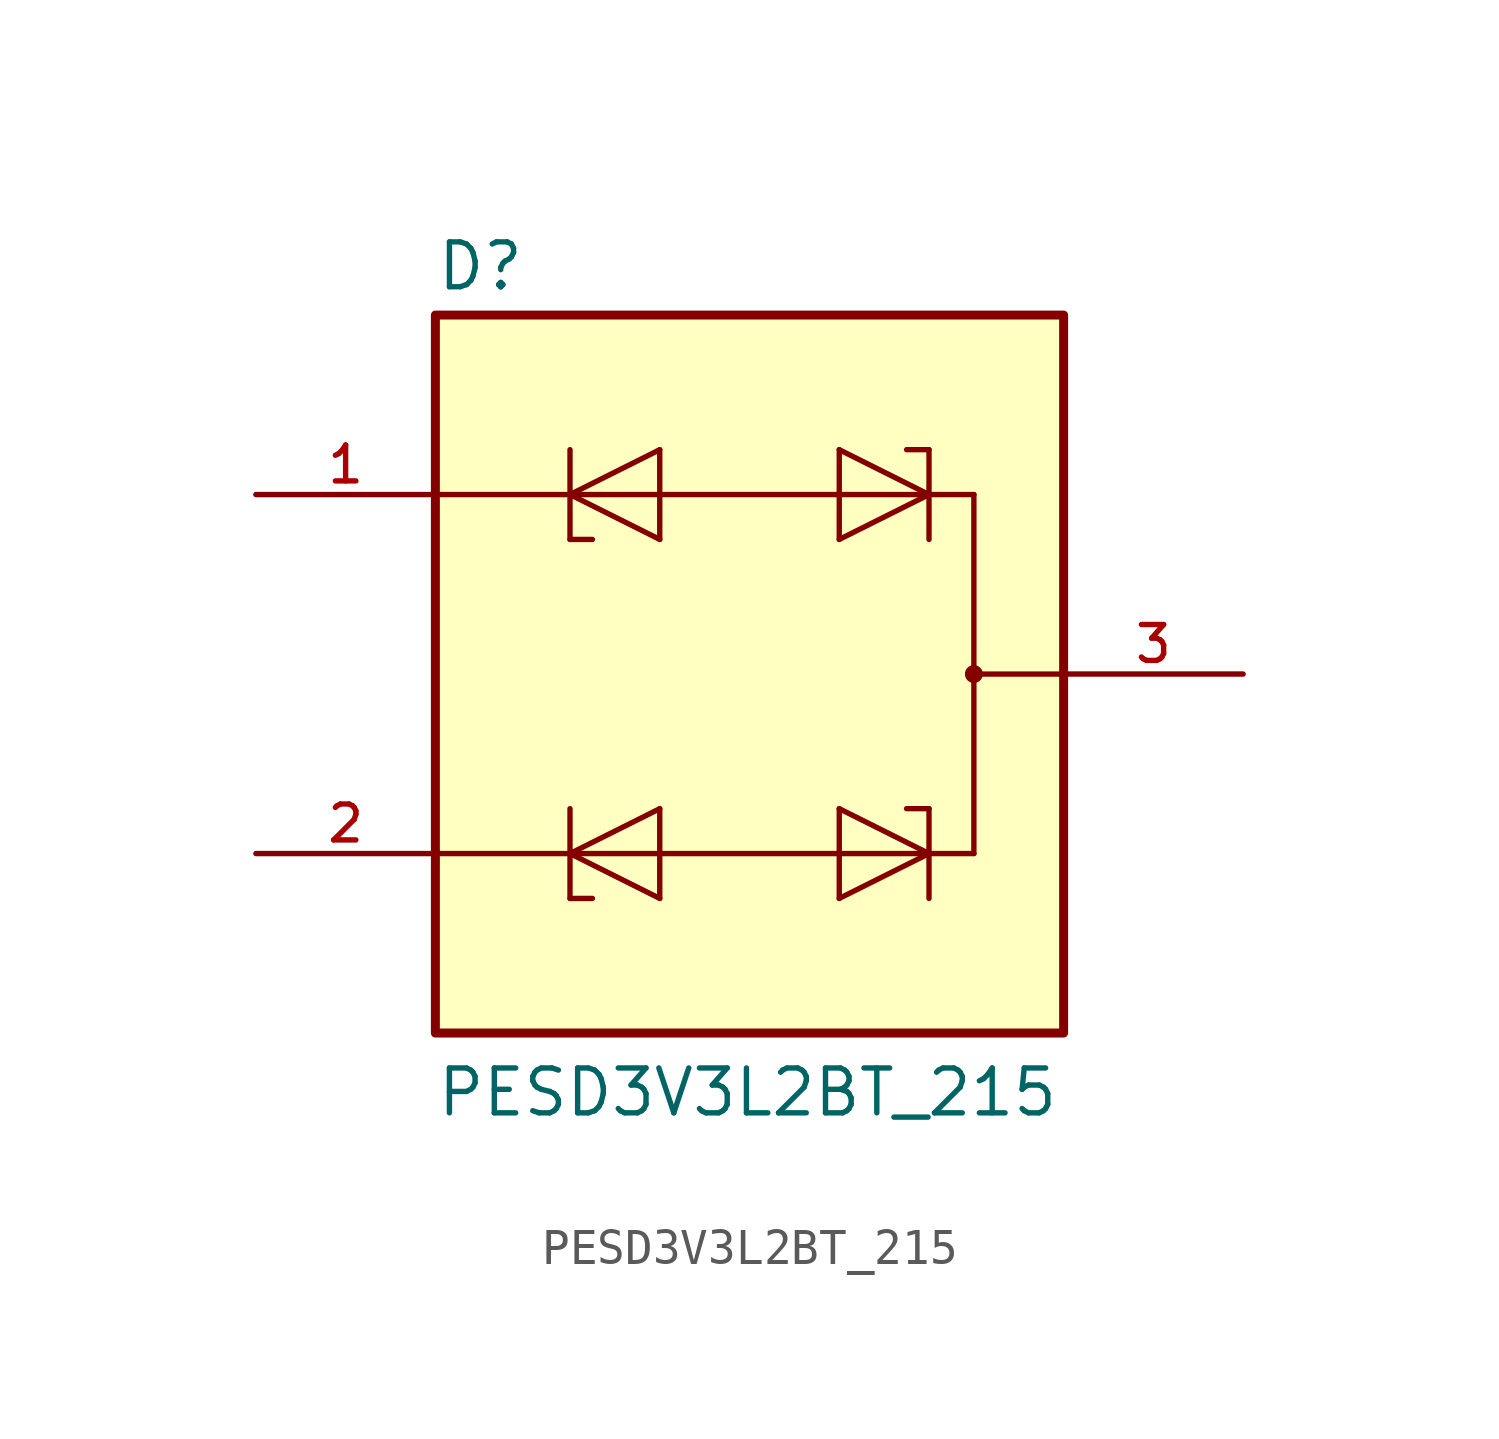
<source format=kicad_sym>
(kicad_symbol_lib
  (version 20211014)
  (generator kicad_symbol_editor)
  (symbol "PESD3V3L2BT_215"
    (pin_names
      (offset 1.016))
    (property "Reference" "D"
      (at -7.624 10.798 0)
      (effects (font (size 1.27 1.27)) (justify bottom left)))
    (property "Value" "PESD3V3L2BT_215"
      (at -7.625 -12.581 0)
      (effects (font (size 1.27 1.27)) (justify bottom left)))
    (symbol "PESD3V3L2BT_215_0_0"
      (polyline (pts (xy -1.27 6.35) (xy -3.81 5.08)) (stroke (width 0.152)))
      (polyline (pts (xy -3.81 5.08) (xy -1.27 3.81)) (stroke (width 0.152)))
      (polyline (pts (xy -3.175 3.81) (xy -3.81 3.81)) (stroke (width 0.152)))
      (polyline (pts (xy -3.81 3.81) (xy -3.81 5.08)) (stroke (width 0.152)))
      (polyline (pts (xy -1.27 3.81) (xy -1.27 6.35)) (stroke (width 0.152)))
      (polyline (pts (xy -3.81 5.08) (xy -3.81 6.35)) (stroke (width 0.152)))
      (polyline (pts (xy 3.81 3.81) (xy 6.35 5.08)) (stroke (width 0.152)))
      (polyline (pts (xy 6.35 5.08) (xy 3.81 6.35)) (stroke (width 0.152)))
      (polyline (pts (xy 5.715 6.35) (xy 6.35 6.35)) (stroke (width 0.152)))
      (polyline (pts (xy 6.35 6.35) (xy 6.35 5.08)) (stroke (width 0.152)))
      (polyline (pts (xy 3.81 6.35) (xy 3.81 3.81)) (stroke (width 0.152)))
      (polyline (pts (xy 6.35 5.08) (xy 6.35 3.81)) (stroke (width 0.152)))
      (polyline (pts (xy -1.27 -3.81) (xy -3.81 -5.08)) (stroke (width 0.152)))
      (polyline (pts (xy -3.81 -5.08) (xy -1.27 -6.35)) (stroke (width 0.152)))
      (polyline (pts (xy -3.175 -6.35) (xy -3.81 -6.35)) (stroke (width 0.152)))
      (polyline (pts (xy -3.81 -6.35) (xy -3.81 -5.08)) (stroke (width 0.152)))
      (polyline (pts (xy -1.27 -6.35) (xy -1.27 -3.81)) (stroke (width 0.152)))
      (polyline (pts (xy -3.81 -5.08) (xy -3.81 -3.81)) (stroke (width 0.152)))
      (polyline (pts (xy 3.81 -6.35) (xy 6.35 -5.08)) (stroke (width 0.152)))
      (polyline (pts (xy 6.35 -5.08) (xy 3.81 -3.81)) (stroke (width 0.152)))
      (polyline (pts (xy 5.715 -3.81) (xy 6.35 -3.81)) (stroke (width 0.152)))
      (polyline (pts (xy 6.35 -3.81) (xy 6.35 -5.08)) (stroke (width 0.152)))
      (polyline (pts (xy 3.81 -3.81) (xy 3.81 -6.35)) (stroke (width 0.152)))
      (polyline (pts (xy 6.35 -5.08) (xy 6.35 -6.35)) (stroke (width 0.152)))
      (polyline (pts (xy -7.62 5.08) (xy 7.62 5.08)) (stroke (width 0.152)))
      (polyline (pts (xy 7.62 5.08) (xy 7.62 0.0)) (stroke (width 0.152)))
      (polyline (pts (xy 7.62 0.0) (xy 7.62 -5.08)) (stroke (width 0.152)))
      (polyline (pts (xy 7.62 -5.08) (xy -7.62 -5.08)) (stroke (width 0.152)))
      (polyline (pts (xy 7.62 0.0) (xy 10.16 0.0)) (stroke (width 0.152)))
      (circle (center 7.62 0.0) (radius 0.127) (stroke (width 0.254)) (fill (type none)))
      (rectangle (start -7.62 -10.16) (end 10.16 10.16) (stroke (width 0.254)) (fill (type background)))
      (pin passive line (at -12.7 5.08 0) (length 5.08) (name "~" (effects (font (size 1.016 1.016)))) (number "1" (effects (font (size 1.016 1.016)))))
      (pin passive line (at 15.24 0.0 180.0) (length 5.08) (name "~" (effects (font (size 1.016 1.016)))) (number "3" (effects (font (size 1.016 1.016)))))
      (pin passive line (at -12.7 -5.08 0) (length 5.08) (name "~" (effects (font (size 1.016 1.016)))) (number "2" (effects (font (size 1.016 1.016))))))))
</source>
